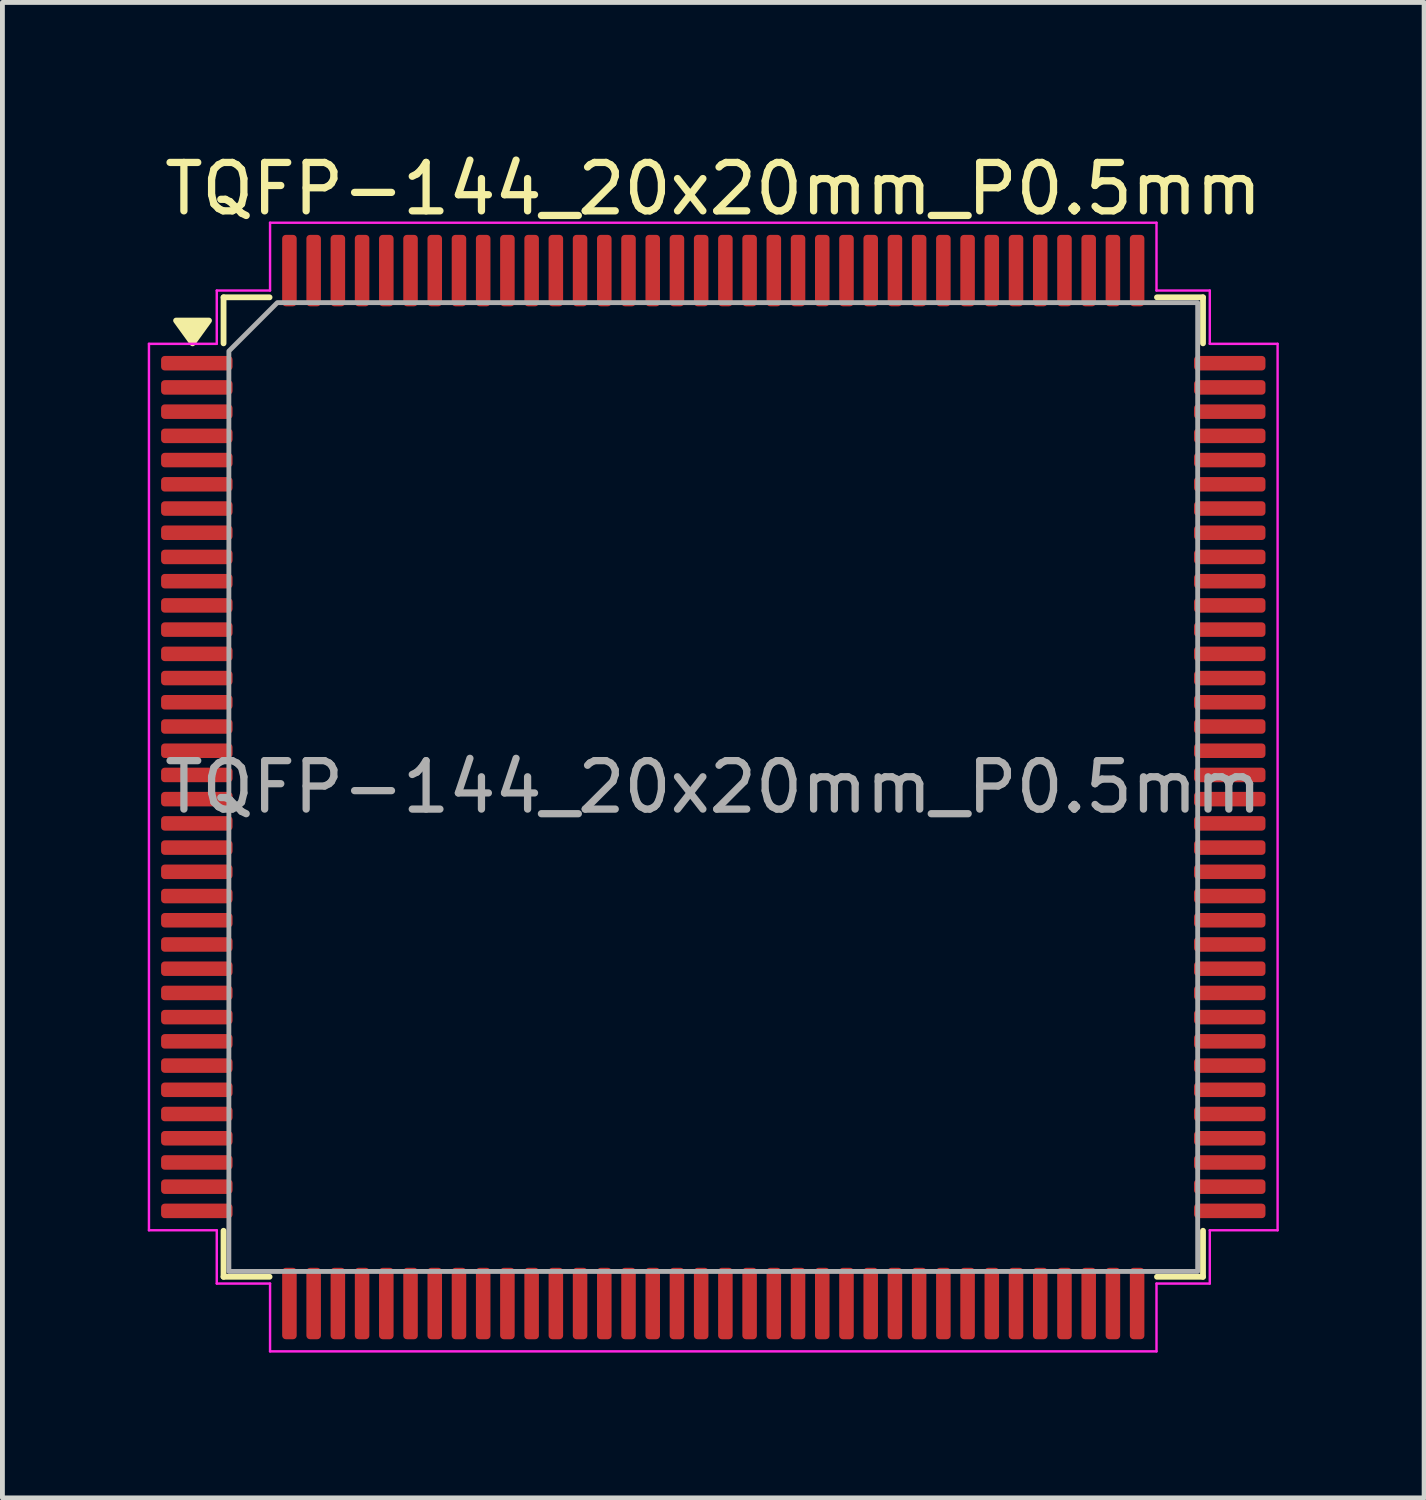
<source format=kicad_pcb>
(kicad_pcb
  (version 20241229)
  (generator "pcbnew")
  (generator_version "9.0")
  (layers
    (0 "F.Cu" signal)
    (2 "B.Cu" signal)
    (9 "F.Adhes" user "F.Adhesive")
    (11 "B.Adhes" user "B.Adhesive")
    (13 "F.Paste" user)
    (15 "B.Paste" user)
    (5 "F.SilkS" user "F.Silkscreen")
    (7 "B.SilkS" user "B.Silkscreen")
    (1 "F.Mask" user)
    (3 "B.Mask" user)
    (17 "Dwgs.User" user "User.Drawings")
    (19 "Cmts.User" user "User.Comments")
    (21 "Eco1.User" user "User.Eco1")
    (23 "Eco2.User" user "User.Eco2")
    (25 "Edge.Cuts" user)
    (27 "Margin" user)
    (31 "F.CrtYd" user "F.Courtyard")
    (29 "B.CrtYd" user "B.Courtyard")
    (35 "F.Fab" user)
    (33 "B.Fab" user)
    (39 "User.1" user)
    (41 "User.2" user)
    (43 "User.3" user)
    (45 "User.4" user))
  (footprint "TQFP-144_20x20mm_P0.5mm"
    (layer "F.Cu")
    (at 11.675 13.198)
    (property "Reference" "TQFP-144_20x20mm_P0.5mm" (at 0 -12.35 0) (layer "F.SilkS") (effects (font (size 1 1) (thickness 0.15))))
    (attr smd)
    (fp_line (start -10.11 -10.11) (end -9.16 -10.11) (stroke (width 0.12) (type solid)) (layer "F.SilkS"))
    (fp_line (start -10.11 -9.16) (end -10.11 -10.11) (stroke (width 0.12) (type solid)) (layer "F.SilkS"))
    (fp_line (start -10.11 10.11) (end -10.11 9.16) (stroke (width 0.12) (type solid)) (layer "F.SilkS"))
    (fp_line (start -9.16 10.11) (end -10.11 10.11) (stroke (width 0.12) (type solid)) (layer "F.SilkS"))
    (fp_line (start 9.16 -10.11) (end 10.11 -10.11) (stroke (width 0.12) (type solid)) (layer "F.SilkS"))
    (fp_line (start 10.11 -10.11) (end 10.11 -9.16) (stroke (width 0.12) (type solid)) (layer "F.SilkS"))
    (fp_line (start 10.11 9.16) (end 10.11 10.11) (stroke (width 0.12) (type solid)) (layer "F.SilkS"))
    (fp_line (start 10.11 10.11) (end 9.16 10.11) (stroke (width 0.12) (type solid)) (layer "F.SilkS"))
    (fp_poly (pts (xy -10.75 -9.16) (xy -11.09 -9.63) (xy -10.41 -9.63)) (stroke (width 0.12) (type solid)) (fill yes) (layer "F.SilkS"))
    (fp_line (start -11.65 -9.15) (end -10.25 -9.15) (stroke (width 0.05) (type solid)) (layer "F.CrtYd"))
    (fp_line (start -11.65 9.15) (end -11.65 -9.15) (stroke (width 0.05) (type solid)) (layer "F.CrtYd"))
    (fp_line (start -10.25 -10.25) (end -9.15 -10.25) (stroke (width 0.05) (type solid)) (layer "F.CrtYd"))
    (fp_line (start -10.25 -9.15) (end -10.25 -10.25) (stroke (width 0.05) (type solid)) (layer "F.CrtYd"))
    (fp_line (start -10.25 9.15) (end -11.65 9.15) (stroke (width 0.05) (type solid)) (layer "F.CrtYd"))
    (fp_line (start -10.25 10.25) (end -10.25 9.15) (stroke (width 0.05) (type solid)) (layer "F.CrtYd"))
    (fp_line (start -9.15 -11.65) (end 9.15 -11.65) (stroke (width 0.05) (type solid)) (layer "F.CrtYd"))
    (fp_line (start -9.15 -10.25) (end -9.15 -11.65) (stroke (width 0.05) (type solid)) (layer "F.CrtYd"))
    (fp_line (start -9.15 10.25) (end -10.25 10.25) (stroke (width 0.05) (type solid)) (layer "F.CrtYd"))
    (fp_line (start -9.15 11.65) (end -9.15 10.25) (stroke (width 0.05) (type solid)) (layer "F.CrtYd"))
    (fp_line (start 9.15 -11.65) (end 9.15 -10.25) (stroke (width 0.05) (type solid)) (layer "F.CrtYd"))
    (fp_line (start 9.15 -10.25) (end 10.25 -10.25) (stroke (width 0.05) (type solid)) (layer "F.CrtYd"))
    (fp_line (start 9.15 10.25) (end 9.15 11.65) (stroke (width 0.05) (type solid)) (layer "F.CrtYd"))
    (fp_line (start 9.15 11.65) (end -9.15 11.65) (stroke (width 0.05) (type solid)) (layer "F.CrtYd"))
    (fp_line (start 10.25 -10.25) (end 10.25 -9.15) (stroke (width 0.05) (type solid)) (layer "F.CrtYd"))
    (fp_line (start 10.25 -9.15) (end 11.65 -9.15) (stroke (width 0.05) (type solid)) (layer "F.CrtYd"))
    (fp_line (start 10.25 9.15) (end 10.25 10.25) (stroke (width 0.05) (type solid)) (layer "F.CrtYd"))
    (fp_line (start 10.25 10.25) (end 9.15 10.25) (stroke (width 0.05) (type solid)) (layer "F.CrtYd"))
    (fp_line (start 11.65 -9.15) (end 11.65 9.15) (stroke (width 0.05) (type solid)) (layer "F.CrtYd"))
    (fp_line (start 11.65 9.15) (end 10.25 9.15) (stroke (width 0.05) (type solid)) (layer "F.CrtYd"))
    (fp_poly (pts (xy -10 -9) (xy -10 10) (xy 10 10) (xy 10 -10) (xy -9 -10)) (stroke (width 0.1) (type solid)) (fill no) (layer "F.Fab"))
    (fp_text user "${REFERENCE}" (at 0 0 0) (layer "F.Fab") (effects (font (size 1 1) (thickness 0.15))))
    (pad "1" smd roundrect (at -10.662 -8.75) (size 1.475 0.3) (layers "F.Cu" "F.Mask" "F.Paste") (roundrect_rratio 0.25))
    (pad "2" smd roundrect (at -10.662 -8.25) (size 1.475 0.3) (layers "F.Cu" "F.Mask" "F.Paste") (roundrect_rratio 0.25))
    (pad "3" smd roundrect (at -10.662 -7.75) (size 1.475 0.3) (layers "F.Cu" "F.Mask" "F.Paste") (roundrect_rratio 0.25))
    (pad "4" smd roundrect (at -10.662 -7.25) (size 1.475 0.3) (layers "F.Cu" "F.Mask" "F.Paste") (roundrect_rratio 0.25))
    (pad "5" smd roundrect (at -10.662 -6.75) (size 1.475 0.3) (layers "F.Cu" "F.Mask" "F.Paste") (roundrect_rratio 0.25))
    (pad "6" smd roundrect (at -10.662 -6.25) (size 1.475 0.3) (layers "F.Cu" "F.Mask" "F.Paste") (roundrect_rratio 0.25))
    (pad "7" smd roundrect (at -10.662 -5.75) (size 1.475 0.3) (layers "F.Cu" "F.Mask" "F.Paste") (roundrect_rratio 0.25))
    (pad "8" smd roundrect (at -10.662 -5.25) (size 1.475 0.3) (layers "F.Cu" "F.Mask" "F.Paste") (roundrect_rratio 0.25))
    (pad "9" smd roundrect (at -10.662 -4.75) (size 1.475 0.3) (layers "F.Cu" "F.Mask" "F.Paste") (roundrect_rratio 0.25))
    (pad "10" smd roundrect (at -10.662 -4.25) (size 1.475 0.3) (layers "F.Cu" "F.Mask" "F.Paste") (roundrect_rratio 0.25))
    (pad "11" smd roundrect (at -10.662 -3.75) (size 1.475 0.3) (layers "F.Cu" "F.Mask" "F.Paste") (roundrect_rratio 0.25))
    (pad "12" smd roundrect (at -10.662 -3.25) (size 1.475 0.3) (layers "F.Cu" "F.Mask" "F.Paste") (roundrect_rratio 0.25))
    (pad "13" smd roundrect (at -10.662 -2.75) (size 1.475 0.3) (layers "F.Cu" "F.Mask" "F.Paste") (roundrect_rratio 0.25))
    (pad "14" smd roundrect (at -10.662 -2.25) (size 1.475 0.3) (layers "F.Cu" "F.Mask" "F.Paste") (roundrect_rratio 0.25))
    (pad "15" smd roundrect (at -10.662 -1.75) (size 1.475 0.3) (layers "F.Cu" "F.Mask" "F.Paste") (roundrect_rratio 0.25))
    (pad "16" smd roundrect (at -10.662 -1.25) (size 1.475 0.3) (layers "F.Cu" "F.Mask" "F.Paste") (roundrect_rratio 0.25))
    (pad "17" smd roundrect (at -10.662 -0.75) (size 1.475 0.3) (layers "F.Cu" "F.Mask" "F.Paste") (roundrect_rratio 0.25))
    (pad "18" smd roundrect (at -10.662 -0.25) (size 1.475 0.3) (layers "F.Cu" "F.Mask" "F.Paste") (roundrect_rratio 0.25))
    (pad "19" smd roundrect (at -10.662 0.25) (size 1.475 0.3) (layers "F.Cu" "F.Mask" "F.Paste") (roundrect_rratio 0.25))
    (pad "20" smd roundrect (at -10.662 0.75) (size 1.475 0.3) (layers "F.Cu" "F.Mask" "F.Paste") (roundrect_rratio 0.25))
    (pad "21" smd roundrect (at -10.662 1.25) (size 1.475 0.3) (layers "F.Cu" "F.Mask" "F.Paste") (roundrect_rratio 0.25))
    (pad "22" smd roundrect (at -10.662 1.75) (size 1.475 0.3) (layers "F.Cu" "F.Mask" "F.Paste") (roundrect_rratio 0.25))
    (pad "23" smd roundrect (at -10.662 2.25) (size 1.475 0.3) (layers "F.Cu" "F.Mask" "F.Paste") (roundrect_rratio 0.25))
    (pad "24" smd roundrect (at -10.662 2.75) (size 1.475 0.3) (layers "F.Cu" "F.Mask" "F.Paste") (roundrect_rratio 0.25))
    (pad "25" smd roundrect (at -10.662 3.25) (size 1.475 0.3) (layers "F.Cu" "F.Mask" "F.Paste") (roundrect_rratio 0.25))
    (pad "26" smd roundrect (at -10.662 3.75) (size 1.475 0.3) (layers "F.Cu" "F.Mask" "F.Paste") (roundrect_rratio 0.25))
    (pad "27" smd roundrect (at -10.662 4.25) (size 1.475 0.3) (layers "F.Cu" "F.Mask" "F.Paste") (roundrect_rratio 0.25))
    (pad "28" smd roundrect (at -10.662 4.75) (size 1.475 0.3) (layers "F.Cu" "F.Mask" "F.Paste") (roundrect_rratio 0.25))
    (pad "29" smd roundrect (at -10.662 5.25) (size 1.475 0.3) (layers "F.Cu" "F.Mask" "F.Paste") (roundrect_rratio 0.25))
    (pad "30" smd roundrect (at -10.662 5.75) (size 1.475 0.3) (layers "F.Cu" "F.Mask" "F.Paste") (roundrect_rratio 0.25))
    (pad "31" smd roundrect (at -10.662 6.25) (size 1.475 0.3) (layers "F.Cu" "F.Mask" "F.Paste") (roundrect_rratio 0.25))
    (pad "32" smd roundrect (at -10.662 6.75) (size 1.475 0.3) (layers "F.Cu" "F.Mask" "F.Paste") (roundrect_rratio 0.25))
    (pad "33" smd roundrect (at -10.662 7.25) (size 1.475 0.3) (layers "F.Cu" "F.Mask" "F.Paste") (roundrect_rratio 0.25))
    (pad "34" smd roundrect (at -10.662 7.75) (size 1.475 0.3) (layers "F.Cu" "F.Mask" "F.Paste") (roundrect_rratio 0.25))
    (pad "35" smd roundrect (at -10.662 8.25) (size 1.475 0.3) (layers "F.Cu" "F.Mask" "F.Paste") (roundrect_rratio 0.25))
    (pad "36" smd roundrect (at -10.662 8.75) (size 1.475 0.3) (layers "F.Cu" "F.Mask" "F.Paste") (roundrect_rratio 0.25))
    (pad "37" smd roundrect (at -8.75 10.662) (size 0.3 1.475) (layers "F.Cu" "F.Mask" "F.Paste") (roundrect_rratio 0.25))
    (pad "38" smd roundrect (at -8.25 10.662) (size 0.3 1.475) (layers "F.Cu" "F.Mask" "F.Paste") (roundrect_rratio 0.25))
    (pad "39" smd roundrect (at -7.75 10.662) (size 0.3 1.475) (layers "F.Cu" "F.Mask" "F.Paste") (roundrect_rratio 0.25))
    (pad "40" smd roundrect (at -7.25 10.662) (size 0.3 1.475) (layers "F.Cu" "F.Mask" "F.Paste") (roundrect_rratio 0.25))
    (pad "41" smd roundrect (at -6.75 10.662) (size 0.3 1.475) (layers "F.Cu" "F.Mask" "F.Paste") (roundrect_rratio 0.25))
    (pad "42" smd roundrect (at -6.25 10.662) (size 0.3 1.475) (layers "F.Cu" "F.Mask" "F.Paste") (roundrect_rratio 0.25))
    (pad "43" smd roundrect (at -5.75 10.662) (size 0.3 1.475) (layers "F.Cu" "F.Mask" "F.Paste") (roundrect_rratio 0.25))
    (pad "44" smd roundrect (at -5.25 10.662) (size 0.3 1.475) (layers "F.Cu" "F.Mask" "F.Paste") (roundrect_rratio 0.25))
    (pad "45" smd roundrect (at -4.75 10.662) (size 0.3 1.475) (layers "F.Cu" "F.Mask" "F.Paste") (roundrect_rratio 0.25))
    (pad "46" smd roundrect (at -4.25 10.662) (size 0.3 1.475) (layers "F.Cu" "F.Mask" "F.Paste") (roundrect_rratio 0.25))
    (pad "47" smd roundrect (at -3.75 10.662) (size 0.3 1.475) (layers "F.Cu" "F.Mask" "F.Paste") (roundrect_rratio 0.25))
    (pad "48" smd roundrect (at -3.25 10.662) (size 0.3 1.475) (layers "F.Cu" "F.Mask" "F.Paste") (roundrect_rratio 0.25))
    (pad "49" smd roundrect (at -2.75 10.662) (size 0.3 1.475) (layers "F.Cu" "F.Mask" "F.Paste") (roundrect_rratio 0.25))
    (pad "50" smd roundrect (at -2.25 10.662) (size 0.3 1.475) (layers "F.Cu" "F.Mask" "F.Paste") (roundrect_rratio 0.25))
    (pad "51" smd roundrect (at -1.75 10.662) (size 0.3 1.475) (layers "F.Cu" "F.Mask" "F.Paste") (roundrect_rratio 0.25))
    (pad "52" smd roundrect (at -1.25 10.662) (size 0.3 1.475) (layers "F.Cu" "F.Mask" "F.Paste") (roundrect_rratio 0.25))
    (pad "53" smd roundrect (at -0.75 10.662) (size 0.3 1.475) (layers "F.Cu" "F.Mask" "F.Paste") (roundrect_rratio 0.25))
    (pad "54" smd roundrect (at -0.25 10.662) (size 0.3 1.475) (layers "F.Cu" "F.Mask" "F.Paste") (roundrect_rratio 0.25))
    (pad "55" smd roundrect (at 0.25 10.662) (size 0.3 1.475) (layers "F.Cu" "F.Mask" "F.Paste") (roundrect_rratio 0.25))
    (pad "56" smd roundrect (at 0.75 10.662) (size 0.3 1.475) (layers "F.Cu" "F.Mask" "F.Paste") (roundrect_rratio 0.25))
    (pad "57" smd roundrect (at 1.25 10.662) (size 0.3 1.475) (layers "F.Cu" "F.Mask" "F.Paste") (roundrect_rratio 0.25))
    (pad "58" smd roundrect (at 1.75 10.662) (size 0.3 1.475) (layers "F.Cu" "F.Mask" "F.Paste") (roundrect_rratio 0.25))
    (pad "59" smd roundrect (at 2.25 10.662) (size 0.3 1.475) (layers "F.Cu" "F.Mask" "F.Paste") (roundrect_rratio 0.25))
    (pad "60" smd roundrect (at 2.75 10.662) (size 0.3 1.475) (layers "F.Cu" "F.Mask" "F.Paste") (roundrect_rratio 0.25))
    (pad "61" smd roundrect (at 3.25 10.662) (size 0.3 1.475) (layers "F.Cu" "F.Mask" "F.Paste") (roundrect_rratio 0.25))
    (pad "62" smd roundrect (at 3.75 10.662) (size 0.3 1.475) (layers "F.Cu" "F.Mask" "F.Paste") (roundrect_rratio 0.25))
    (pad "63" smd roundrect (at 4.25 10.662) (size 0.3 1.475) (layers "F.Cu" "F.Mask" "F.Paste") (roundrect_rratio 0.25))
    (pad "64" smd roundrect (at 4.75 10.662) (size 0.3 1.475) (layers "F.Cu" "F.Mask" "F.Paste") (roundrect_rratio 0.25))
    (pad "65" smd roundrect (at 5.25 10.662) (size 0.3 1.475) (layers "F.Cu" "F.Mask" "F.Paste") (roundrect_rratio 0.25))
    (pad "66" smd roundrect (at 5.75 10.662) (size 0.3 1.475) (layers "F.Cu" "F.Mask" "F.Paste") (roundrect_rratio 0.25))
    (pad "67" smd roundrect (at 6.25 10.662) (size 0.3 1.475) (layers "F.Cu" "F.Mask" "F.Paste") (roundrect_rratio 0.25))
    (pad "68" smd roundrect (at 6.75 10.662) (size 0.3 1.475) (layers "F.Cu" "F.Mask" "F.Paste") (roundrect_rratio 0.25))
    (pad "69" smd roundrect (at 7.25 10.662) (size 0.3 1.475) (layers "F.Cu" "F.Mask" "F.Paste") (roundrect_rratio 0.25))
    (pad "70" smd roundrect (at 7.75 10.662) (size 0.3 1.475) (layers "F.Cu" "F.Mask" "F.Paste") (roundrect_rratio 0.25))
    (pad "71" smd roundrect (at 8.25 10.662) (size 0.3 1.475) (layers "F.Cu" "F.Mask" "F.Paste") (roundrect_rratio 0.25))
    (pad "72" smd roundrect (at 8.75 10.662) (size 0.3 1.475) (layers "F.Cu" "F.Mask" "F.Paste") (roundrect_rratio 0.25))
    (pad "73" smd roundrect (at 10.662 8.75) (size 1.475 0.3) (layers "F.Cu" "F.Mask" "F.Paste") (roundrect_rratio 0.25))
    (pad "74" smd roundrect (at 10.662 8.25) (size 1.475 0.3) (layers "F.Cu" "F.Mask" "F.Paste") (roundrect_rratio 0.25))
    (pad "75" smd roundrect (at 10.662 7.75) (size 1.475 0.3) (layers "F.Cu" "F.Mask" "F.Paste") (roundrect_rratio 0.25))
    (pad "76" smd roundrect (at 10.662 7.25) (size 1.475 0.3) (layers "F.Cu" "F.Mask" "F.Paste") (roundrect_rratio 0.25))
    (pad "77" smd roundrect (at 10.662 6.75) (size 1.475 0.3) (layers "F.Cu" "F.Mask" "F.Paste") (roundrect_rratio 0.25))
    (pad "78" smd roundrect (at 10.662 6.25) (size 1.475 0.3) (layers "F.Cu" "F.Mask" "F.Paste") (roundrect_rratio 0.25))
    (pad "79" smd roundrect (at 10.662 5.75) (size 1.475 0.3) (layers "F.Cu" "F.Mask" "F.Paste") (roundrect_rratio 0.25))
    (pad "80" smd roundrect (at 10.662 5.25) (size 1.475 0.3) (layers "F.Cu" "F.Mask" "F.Paste") (roundrect_rratio 0.25))
    (pad "81" smd roundrect (at 10.662 4.75) (size 1.475 0.3) (layers "F.Cu" "F.Mask" "F.Paste") (roundrect_rratio 0.25))
    (pad "82" smd roundrect (at 10.662 4.25) (size 1.475 0.3) (layers "F.Cu" "F.Mask" "F.Paste") (roundrect_rratio 0.25))
    (pad "83" smd roundrect (at 10.662 3.75) (size 1.475 0.3) (layers "F.Cu" "F.Mask" "F.Paste") (roundrect_rratio 0.25))
    (pad "84" smd roundrect (at 10.662 3.25) (size 1.475 0.3) (layers "F.Cu" "F.Mask" "F.Paste") (roundrect_rratio 0.25))
    (pad "85" smd roundrect (at 10.662 2.75) (size 1.475 0.3) (layers "F.Cu" "F.Mask" "F.Paste") (roundrect_rratio 0.25))
    (pad "86" smd roundrect (at 10.662 2.25) (size 1.475 0.3) (layers "F.Cu" "F.Mask" "F.Paste") (roundrect_rratio 0.25))
    (pad "87" smd roundrect (at 10.662 1.75) (size 1.475 0.3) (layers "F.Cu" "F.Mask" "F.Paste") (roundrect_rratio 0.25))
    (pad "88" smd roundrect (at 10.662 1.25) (size 1.475 0.3) (layers "F.Cu" "F.Mask" "F.Paste") (roundrect_rratio 0.25))
    (pad "89" smd roundrect (at 10.662 0.75) (size 1.475 0.3) (layers "F.Cu" "F.Mask" "F.Paste") (roundrect_rratio 0.25))
    (pad "90" smd roundrect (at 10.662 0.25) (size 1.475 0.3) (layers "F.Cu" "F.Mask" "F.Paste") (roundrect_rratio 0.25))
    (pad "91" smd roundrect (at 10.662 -0.25) (size 1.475 0.3) (layers "F.Cu" "F.Mask" "F.Paste") (roundrect_rratio 0.25))
    (pad "92" smd roundrect (at 10.662 -0.75) (size 1.475 0.3) (layers "F.Cu" "F.Mask" "F.Paste") (roundrect_rratio 0.25))
    (pad "93" smd roundrect (at 10.662 -1.25) (size 1.475 0.3) (layers "F.Cu" "F.Mask" "F.Paste") (roundrect_rratio 0.25))
    (pad "94" smd roundrect (at 10.662 -1.75) (size 1.475 0.3) (layers "F.Cu" "F.Mask" "F.Paste") (roundrect_rratio 0.25))
    (pad "95" smd roundrect (at 10.662 -2.25) (size 1.475 0.3) (layers "F.Cu" "F.Mask" "F.Paste") (roundrect_rratio 0.25))
    (pad "96" smd roundrect (at 10.662 -2.75) (size 1.475 0.3) (layers "F.Cu" "F.Mask" "F.Paste") (roundrect_rratio 0.25))
    (pad "97" smd roundrect (at 10.662 -3.25) (size 1.475 0.3) (layers "F.Cu" "F.Mask" "F.Paste") (roundrect_rratio 0.25))
    (pad "98" smd roundrect (at 10.662 -3.75) (size 1.475 0.3) (layers "F.Cu" "F.Mask" "F.Paste") (roundrect_rratio 0.25))
    (pad "99" smd roundrect (at 10.662 -4.25) (size 1.475 0.3) (layers "F.Cu" "F.Mask" "F.Paste") (roundrect_rratio 0.25))
    (pad "100" smd roundrect (at 10.662 -4.75) (size 1.475 0.3) (layers "F.Cu" "F.Mask" "F.Paste") (roundrect_rratio 0.25))
    (pad "101" smd roundrect (at 10.662 -5.25) (size 1.475 0.3) (layers "F.Cu" "F.Mask" "F.Paste") (roundrect_rratio 0.25))
    (pad "102" smd roundrect (at 10.662 -5.75) (size 1.475 0.3) (layers "F.Cu" "F.Mask" "F.Paste") (roundrect_rratio 0.25))
    (pad "103" smd roundrect (at 10.662 -6.25) (size 1.475 0.3) (layers "F.Cu" "F.Mask" "F.Paste") (roundrect_rratio 0.25))
    (pad "104" smd roundrect (at 10.662 -6.75) (size 1.475 0.3) (layers "F.Cu" "F.Mask" "F.Paste") (roundrect_rratio 0.25))
    (pad "105" smd roundrect (at 10.662 -7.25) (size 1.475 0.3) (layers "F.Cu" "F.Mask" "F.Paste") (roundrect_rratio 0.25))
    (pad "106" smd roundrect (at 10.662 -7.75) (size 1.475 0.3) (layers "F.Cu" "F.Mask" "F.Paste") (roundrect_rratio 0.25))
    (pad "107" smd roundrect (at 10.662 -8.25) (size 1.475 0.3) (layers "F.Cu" "F.Mask" "F.Paste") (roundrect_rratio 0.25))
    (pad "108" smd roundrect (at 10.662 -8.75) (size 1.475 0.3) (layers "F.Cu" "F.Mask" "F.Paste") (roundrect_rratio 0.25))
    (pad "109" smd roundrect (at 8.75 -10.662) (size 0.3 1.475) (layers "F.Cu" "F.Mask" "F.Paste") (roundrect_rratio 0.25))
    (pad "110" smd roundrect (at 8.25 -10.662) (size 0.3 1.475) (layers "F.Cu" "F.Mask" "F.Paste") (roundrect_rratio 0.25))
    (pad "111" smd roundrect (at 7.75 -10.662) (size 0.3 1.475) (layers "F.Cu" "F.Mask" "F.Paste") (roundrect_rratio 0.25))
    (pad "112" smd roundrect (at 7.25 -10.662) (size 0.3 1.475) (layers "F.Cu" "F.Mask" "F.Paste") (roundrect_rratio 0.25))
    (pad "113" smd roundrect (at 6.75 -10.662) (size 0.3 1.475) (layers "F.Cu" "F.Mask" "F.Paste") (roundrect_rratio 0.25))
    (pad "114" smd roundrect (at 6.25 -10.662) (size 0.3 1.475) (layers "F.Cu" "F.Mask" "F.Paste") (roundrect_rratio 0.25))
    (pad "115" smd roundrect (at 5.75 -10.662) (size 0.3 1.475) (layers "F.Cu" "F.Mask" "F.Paste") (roundrect_rratio 0.25))
    (pad "116" smd roundrect (at 5.25 -10.662) (size 0.3 1.475) (layers "F.Cu" "F.Mask" "F.Paste") (roundrect_rratio 0.25))
    (pad "117" smd roundrect (at 4.75 -10.662) (size 0.3 1.475) (layers "F.Cu" "F.Mask" "F.Paste") (roundrect_rratio 0.25))
    (pad "118" smd roundrect (at 4.25 -10.662) (size 0.3 1.475) (layers "F.Cu" "F.Mask" "F.Paste") (roundrect_rratio 0.25))
    (pad "119" smd roundrect (at 3.75 -10.662) (size 0.3 1.475) (layers "F.Cu" "F.Mask" "F.Paste") (roundrect_rratio 0.25))
    (pad "120" smd roundrect (at 3.25 -10.662) (size 0.3 1.475) (layers "F.Cu" "F.Mask" "F.Paste") (roundrect_rratio 0.25))
    (pad "121" smd roundrect (at 2.75 -10.662) (size 0.3 1.475) (layers "F.Cu" "F.Mask" "F.Paste") (roundrect_rratio 0.25))
    (pad "122" smd roundrect (at 2.25 -10.662) (size 0.3 1.475) (layers "F.Cu" "F.Mask" "F.Paste") (roundrect_rratio 0.25))
    (pad "123" smd roundrect (at 1.75 -10.662) (size 0.3 1.475) (layers "F.Cu" "F.Mask" "F.Paste") (roundrect_rratio 0.25))
    (pad "124" smd roundrect (at 1.25 -10.662) (size 0.3 1.475) (layers "F.Cu" "F.Mask" "F.Paste") (roundrect_rratio 0.25))
    (pad "125" smd roundrect (at 0.75 -10.662) (size 0.3 1.475) (layers "F.Cu" "F.Mask" "F.Paste") (roundrect_rratio 0.25))
    (pad "126" smd roundrect (at 0.25 -10.662) (size 0.3 1.475) (layers "F.Cu" "F.Mask" "F.Paste") (roundrect_rratio 0.25))
    (pad "127" smd roundrect (at -0.25 -10.662) (size 0.3 1.475) (layers "F.Cu" "F.Mask" "F.Paste") (roundrect_rratio 0.25))
    (pad "128" smd roundrect (at -0.75 -10.662) (size 0.3 1.475) (layers "F.Cu" "F.Mask" "F.Paste") (roundrect_rratio 0.25))
    (pad "129" smd roundrect (at -1.25 -10.662) (size 0.3 1.475) (layers "F.Cu" "F.Mask" "F.Paste") (roundrect_rratio 0.25))
    (pad "130" smd roundrect (at -1.75 -10.662) (size 0.3 1.475) (layers "F.Cu" "F.Mask" "F.Paste") (roundrect_rratio 0.25))
    (pad "131" smd roundrect (at -2.25 -10.662) (size 0.3 1.475) (layers "F.Cu" "F.Mask" "F.Paste") (roundrect_rratio 0.25))
    (pad "132" smd roundrect (at -2.75 -10.662) (size 0.3 1.475) (layers "F.Cu" "F.Mask" "F.Paste") (roundrect_rratio 0.25))
    (pad "133" smd roundrect (at -3.25 -10.662) (size 0.3 1.475) (layers "F.Cu" "F.Mask" "F.Paste") (roundrect_rratio 0.25))
    (pad "134" smd roundrect (at -3.75 -10.662) (size 0.3 1.475) (layers "F.Cu" "F.Mask" "F.Paste") (roundrect_rratio 0.25))
    (pad "135" smd roundrect (at -4.25 -10.662) (size 0.3 1.475) (layers "F.Cu" "F.Mask" "F.Paste") (roundrect_rratio 0.25))
    (pad "136" smd roundrect (at -4.75 -10.662) (size 0.3 1.475) (layers "F.Cu" "F.Mask" "F.Paste") (roundrect_rratio 0.25))
    (pad "137" smd roundrect (at -5.25 -10.662) (size 0.3 1.475) (layers "F.Cu" "F.Mask" "F.Paste") (roundrect_rratio 0.25))
    (pad "138" smd roundrect (at -5.75 -10.662) (size 0.3 1.475) (layers "F.Cu" "F.Mask" "F.Paste") (roundrect_rratio 0.25))
    (pad "139" smd roundrect (at -6.25 -10.662) (size 0.3 1.475) (layers "F.Cu" "F.Mask" "F.Paste") (roundrect_rratio 0.25))
    (pad "140" smd roundrect (at -6.75 -10.662) (size 0.3 1.475) (layers "F.Cu" "F.Mask" "F.Paste") (roundrect_rratio 0.25))
    (pad "141" smd roundrect (at -7.25 -10.662) (size 0.3 1.475) (layers "F.Cu" "F.Mask" "F.Paste") (roundrect_rratio 0.25))
    (pad "142" smd roundrect (at -7.75 -10.662) (size 0.3 1.475) (layers "F.Cu" "F.Mask" "F.Paste") (roundrect_rratio 0.25))
    (pad "143" smd roundrect (at -8.25 -10.662) (size 0.3 1.475) (layers "F.Cu" "F.Mask" "F.Paste") (roundrect_rratio 0.25))
    (pad "144" smd roundrect (at -8.75 -10.662) (size 0.3 1.475) (layers "F.Cu" "F.Mask" "F.Paste") (roundrect_rratio 0.25)))
  (gr_rect
    (start -3 -3)
    (end 26.35 27.873)
    (stroke (width 0.1) (type default))
    (fill no)
    (layer "Edge.Cuts")))
</source>
